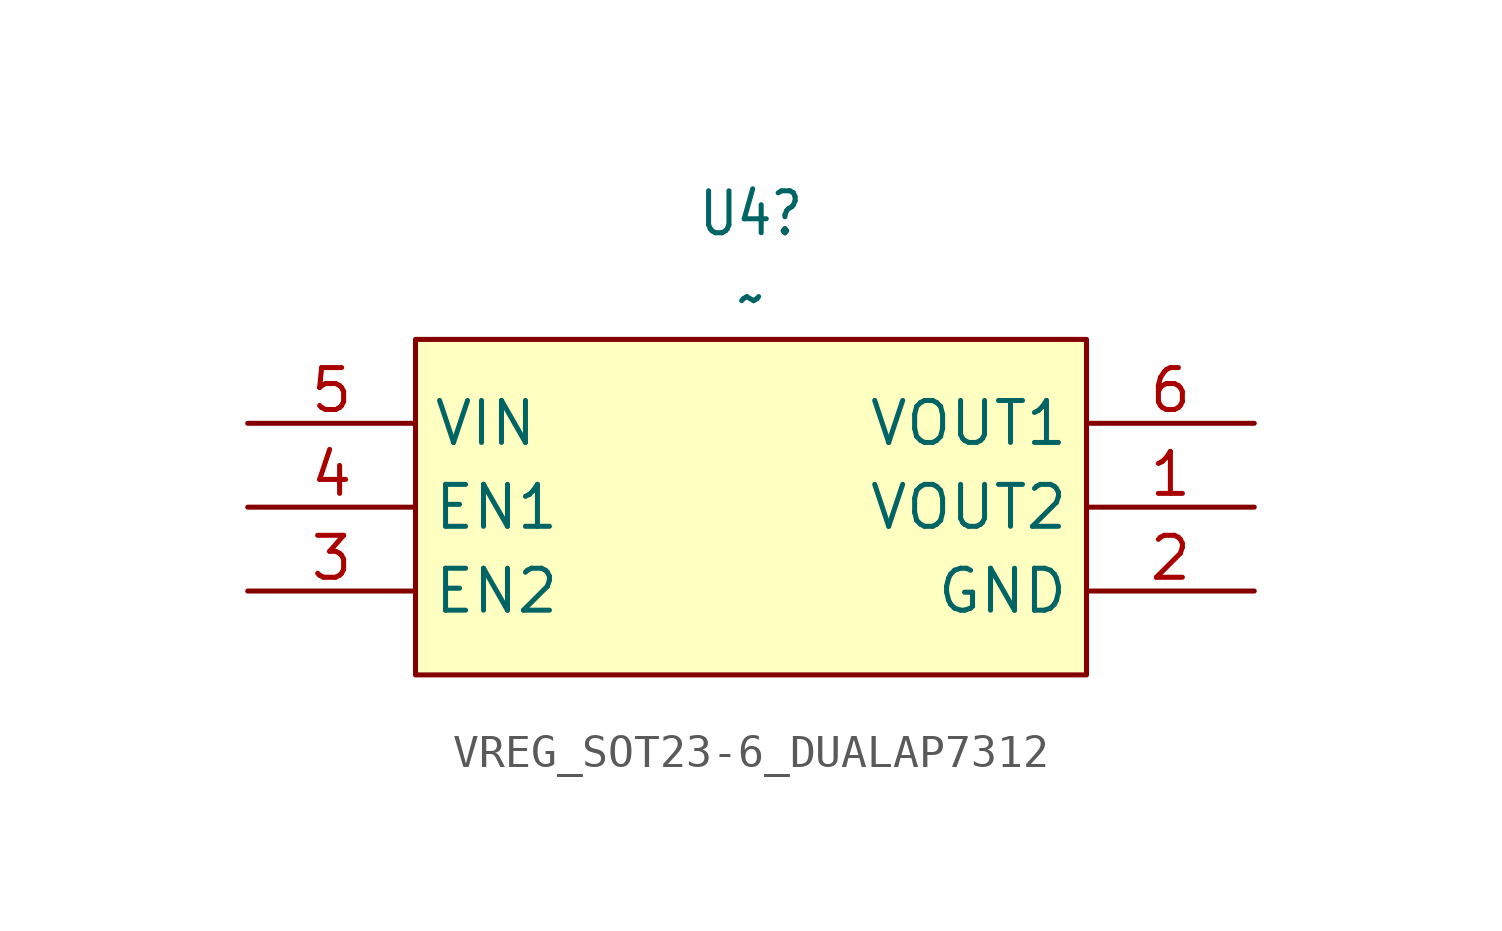
<source format=kicad_sym>
(kicad_symbol_lib
  (version 20231120)
  (generator "kicad_symbol_editor")
  (generator_version "8.0")
  (symbol "VREG_SOT23-6_DUALAP7312"
    (property "Reference" "U4"
      (at 0 8.89 0)
      (effects (font (size 1.27 1.079))))
    (property "Value" "~"
      (at 0 6.35 0)
      (effects (font (size 1.27 1.079))))
    (property "ki_locked" ""
      (at 0 0 0)
      (effects (font (size 1.27 1.27))))
    (symbol "VREG_SOT23-6_DUALAP7312_1_0"
      (rectangle (start -10.16 5.08) (end 10.16 -5.08) (stroke (width 0) (type default)) (fill (type color) (color 255 255 194 1)))
      (pin bidirectional line (at 15.24 0 180) (length 5.08) (name "VOUT2" (effects (font (size 1.27 1.27)))) (number "1" (effects (font (size 1.27 1.27)))))
      (pin bidirectional line (at 15.24 -2.54 180) (length 5.08) (name "GND" (effects (font (size 1.27 1.27)))) (number "2" (effects (font (size 1.27 1.27)))))
      (pin bidirectional line (at -15.24 -2.54 0) (length 5.08) (name "EN2" (effects (font (size 1.27 1.27)))) (number "3" (effects (font (size 1.27 1.27)))))
      (pin bidirectional line (at -15.24 0 0) (length 5.08) (name "EN1" (effects (font (size 1.27 1.27)))) (number "4" (effects (font (size 1.27 1.27)))))
      (pin bidirectional line (at -15.24 2.54 0) (length 5.08) (name "VIN" (effects (font (size 1.27 1.27)))) (number "5" (effects (font (size 1.27 1.27)))))
      (pin bidirectional line (at 15.24 2.54 180) (length 5.08) (name "VOUT1" (effects (font (size 1.27 1.27)))) (number "6" (effects (font (size 1.27 1.27))))))))
</source>
